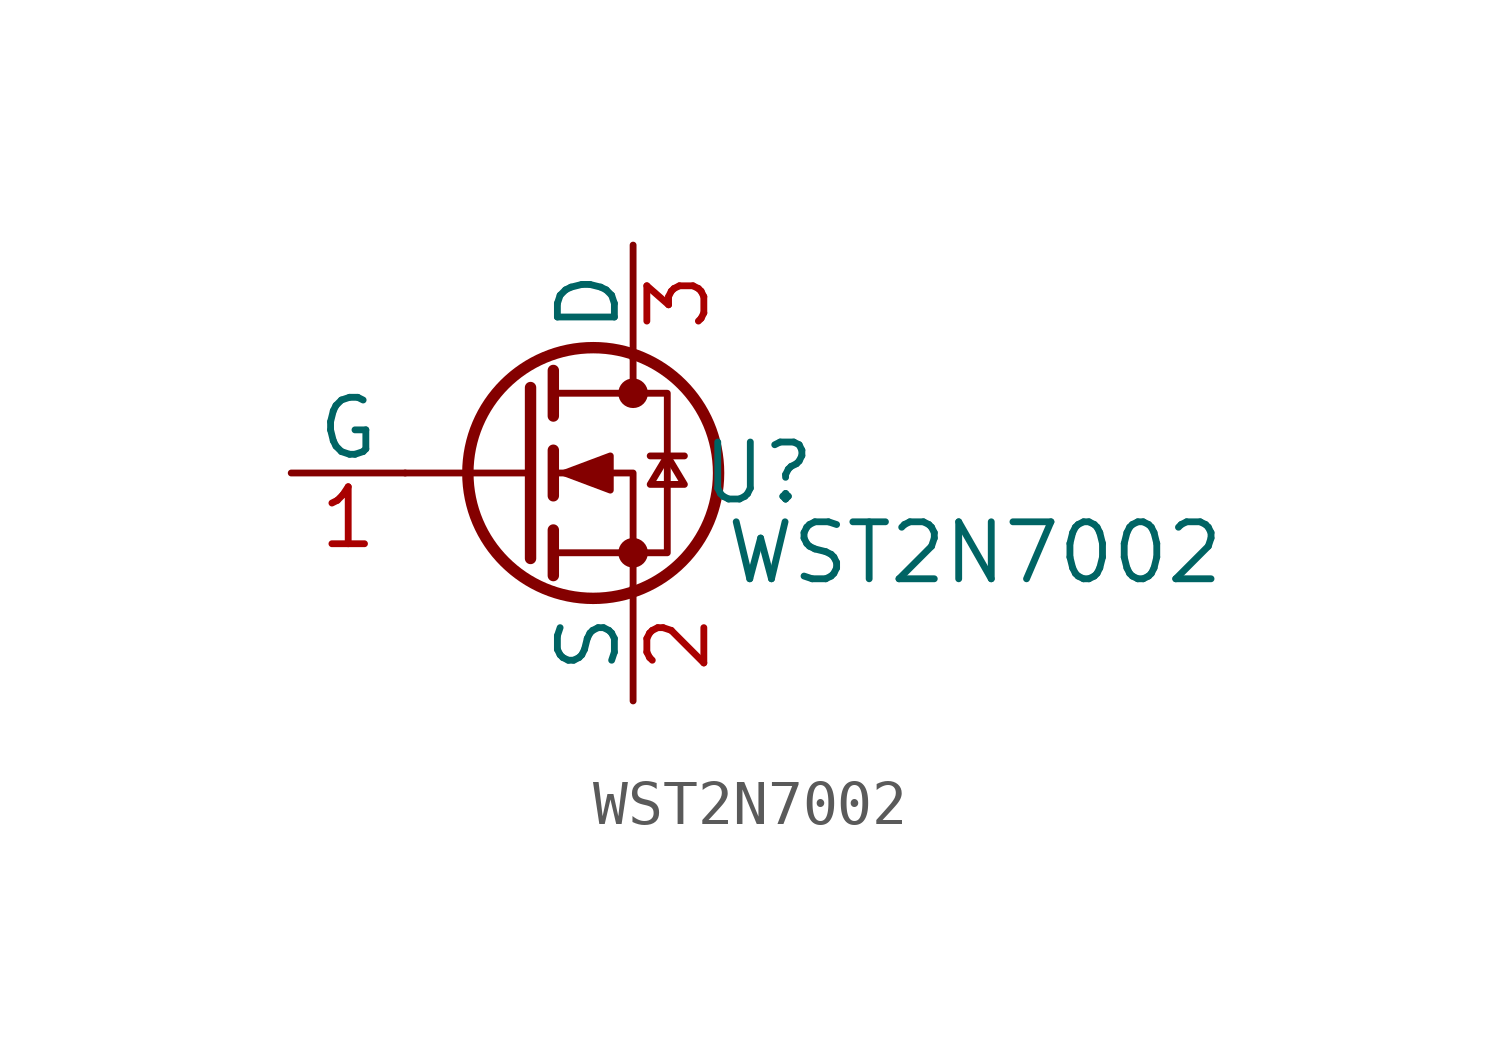
<source format=kicad_sym>
(kicad_symbol_lib
  (version 20241209)
  (generator "kicad_symbol_editor")
  (generator_version "9.0")
  (symbol "WST2N7002"
    (pin_names
      (offset 0))
    (property "Reference" "U"
      (at 2.794 0 0)
      (effects (font (size 1.27 1.27))))
    (property "Value" "WST2N7002"
      (at 7.62 -1.778 0)
      (effects (font (size 1.27 1.27))))
    (symbol "WST2N7002_0_1"
      (polyline (pts (xy -2.286 1.905) (xy -2.286 -1.905)) (stroke (width 0.254) (type default)) (fill (type none)))
      (polyline (pts (xy -2.286 0) (xy -5.08 0)) (stroke (width 0) (type default)) (fill (type none)))
      (polyline (pts (xy -1.778 2.286) (xy -1.778 1.27)) (stroke (width 0.254) (type default)) (fill (type none)))
      (polyline (pts (xy -1.778 0.508) (xy -1.778 -0.508)) (stroke (width 0.254) (type default)) (fill (type none)))
      (polyline (pts (xy -1.778 -1.27) (xy -1.778 -2.286)) (stroke (width 0.254) (type default)) (fill (type none)))
      (polyline (pts (xy -1.778 -1.778) (xy 0.762 -1.778) (xy 0.762 1.778) (xy -1.778 1.778)) (stroke (width 0) (type default)) (fill (type none)))
      (polyline (pts (xy -1.524 0) (xy -0.508 0.381) (xy -0.508 -0.381) (xy -1.524 0)) (stroke (width 0) (type default)) (fill (type outline)))
      (circle (center -0.889 0) (radius 2.794) (stroke (width 0.254) (type default)) (fill (type none)))
      (polyline (pts (xy 0 2.54) (xy 0 1.778)) (stroke (width 0) (type default)) (fill (type none)))
      (circle (center 0 1.778) (radius 0.254) (stroke (width 0) (type default)) (fill (type outline)))
      (circle (center 0 -1.778) (radius 0.254) (stroke (width 0) (type default)) (fill (type outline)))
      (polyline (pts (xy 0 -2.54) (xy 0 0) (xy -1.778 0)) (stroke (width 0) (type default)) (fill (type none)))
      (polyline (pts (xy 0.381 0.381) (xy 1.143 0.381)) (stroke (width 0) (type default)) (fill (type none)))
      (polyline (pts (xy 0.762 0.381) (xy 0.381 -0.254) (xy 1.143 -0.254) (xy 0.762 0.381)) (stroke (width 0) (type default)) (fill (type none))))
    (symbol "WST2N7002_1_1"
      (pin input line (at -7.62 0 0) (length 2.54) (name "G" (effects (font (size 1.27 1.27)))) (number "1" (effects (font (size 1.27 1.27)))))
      (pin passive line (at 0 5.08 270) (length 2.54) (name "D" (effects (font (size 1.27 1.27)))) (number "3" (effects (font (size 1.27 1.27)))))
      (pin passive line (at 0 -5.08 90) (length 2.54) (name "S" (effects (font (size 1.27 1.27)))) (number "2" (effects (font (size 1.27 1.27))))))))
</source>
